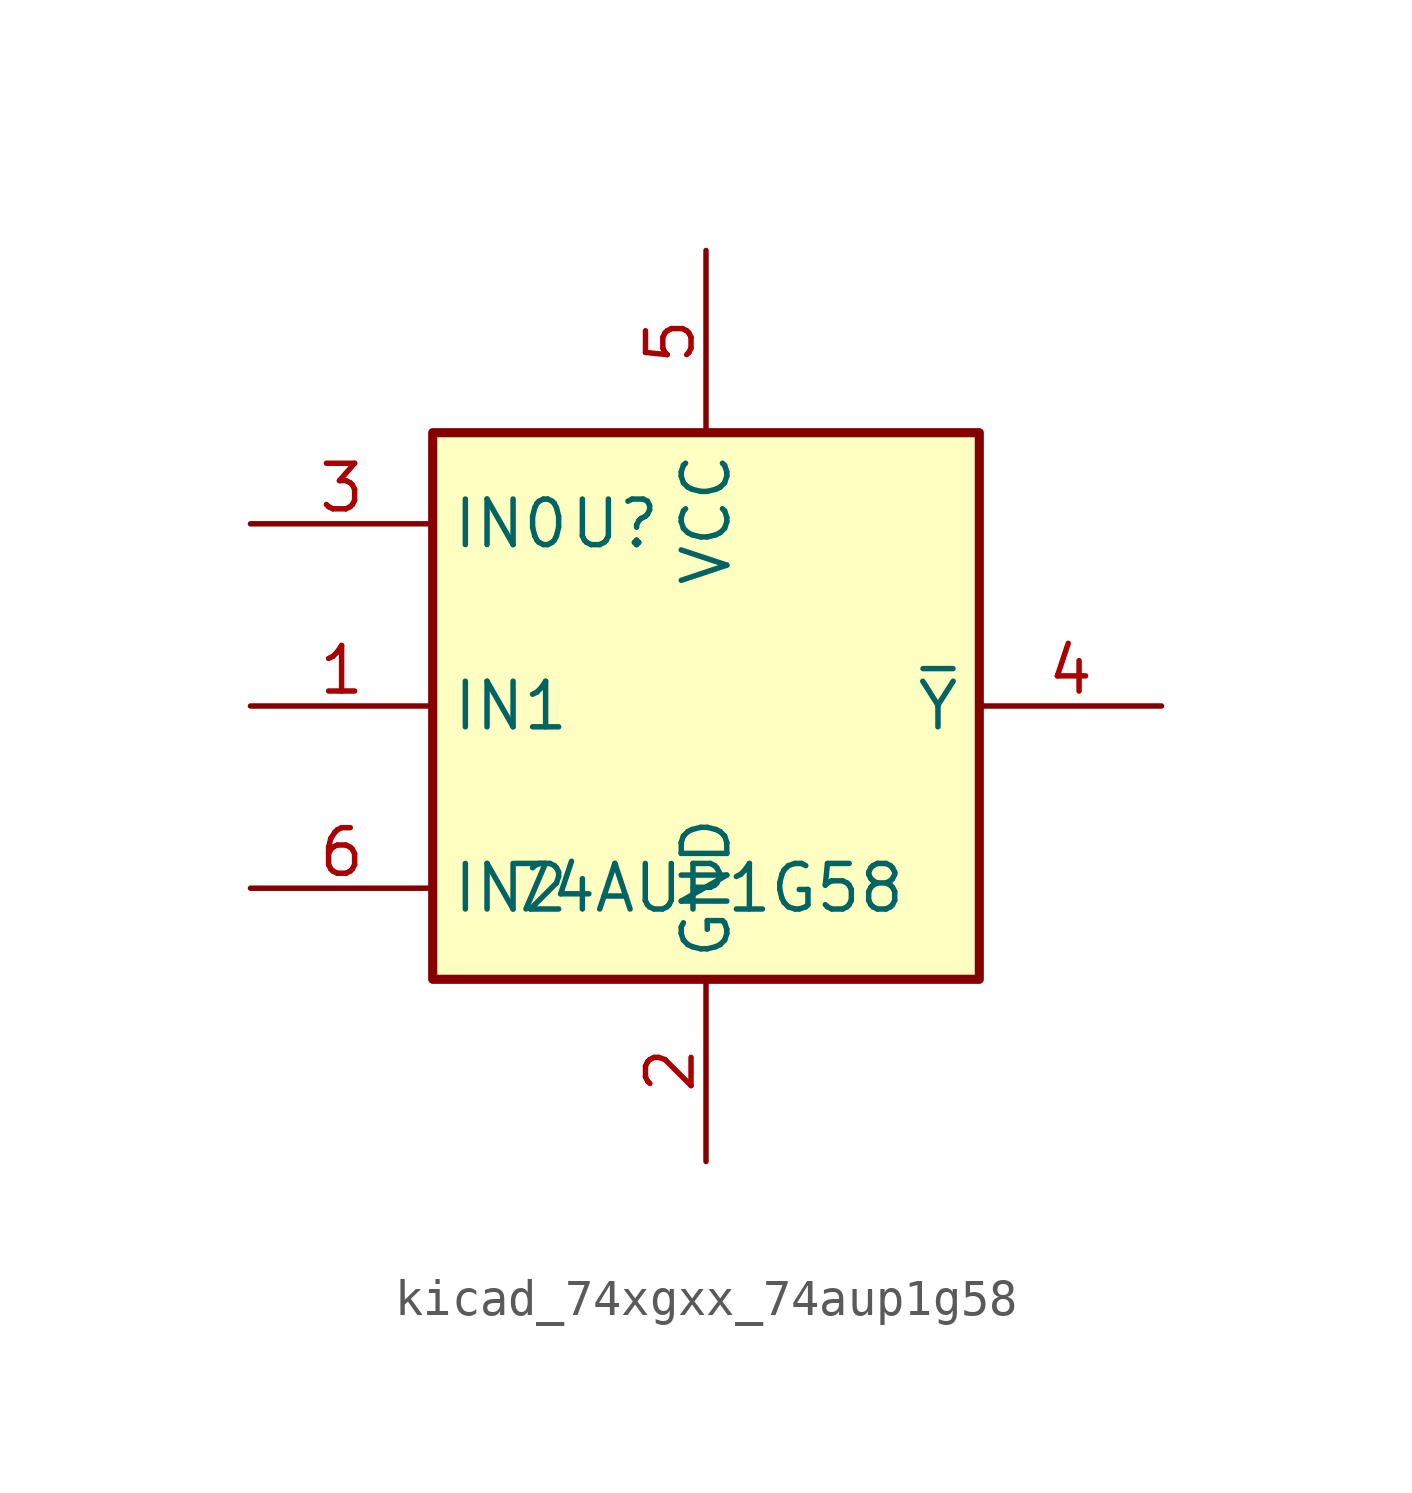
<source format=kicad_sym>
(kicad_symbol_lib
  (version 20220914)
  (generator kicad_symbol_editor)
  (symbol "kicad_74xgxx_74aup1g58"
    (property "Reference" "U"
      (at -2.54 5.08 0)
      (effects (font (size 1.27 1.27))))
    (property "Value" "74AUP1G58"
      (at 0 -5.08 0)
      (effects (font (size 1.27 1.27))))
    (symbol "kicad_74xgxx_74aup1g58_0_1"
      (rectangle (start -7.62 7.62) (end 7.62 -7.62) (stroke (width 0.254) (type default)) (fill (type background))))
    (symbol "kicad_74xgxx_74aup1g58_1_1"
      (pin input line (at -12.7 0 0) (length 5.08) (name "IN1" (effects (font (size 1.27 1.27)))) (number "1" (effects (font (size 1.27 1.27)))))
      (pin power_in line (at 0 -12.7 90) (length 5.08) (name "GND" (effects (font (size 1.27 1.27)))) (number "2" (effects (font (size 1.27 1.27)))))
      (pin input line (at -12.7 5.08 0) (length 5.08) (name "IN0" (effects (font (size 1.27 1.27)))) (number "3" (effects (font (size 1.27 1.27)))))
      (pin output line (at 12.7 0 180) (length 5.08) (name "~{Y}" (effects (font (size 1.27 1.27)))) (number "4" (effects (font (size 1.27 1.27)))))
      (pin power_in line (at 0 12.7 270) (length 5.08) (name "VCC" (effects (font (size 1.27 1.27)))) (number "5" (effects (font (size 1.27 1.27)))))
      (pin input line (at -12.7 -5.08 0) (length 5.08) (name "IN2" (effects (font (size 1.27 1.27)))) (number "6" (effects (font (size 1.27 1.27))))))))
</source>
